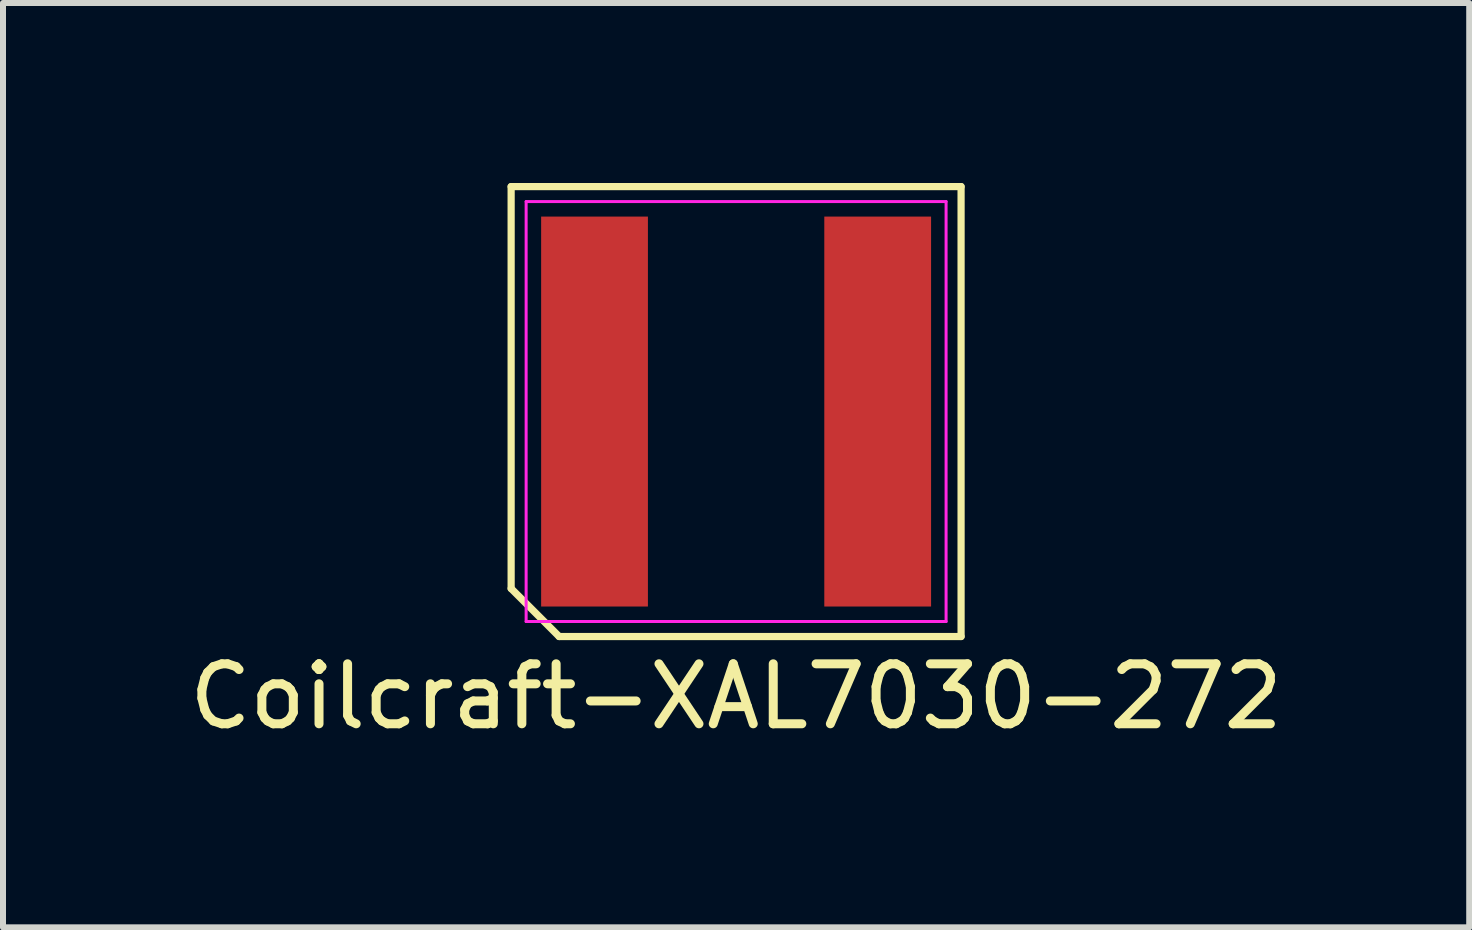
<source format=kicad_pcb>
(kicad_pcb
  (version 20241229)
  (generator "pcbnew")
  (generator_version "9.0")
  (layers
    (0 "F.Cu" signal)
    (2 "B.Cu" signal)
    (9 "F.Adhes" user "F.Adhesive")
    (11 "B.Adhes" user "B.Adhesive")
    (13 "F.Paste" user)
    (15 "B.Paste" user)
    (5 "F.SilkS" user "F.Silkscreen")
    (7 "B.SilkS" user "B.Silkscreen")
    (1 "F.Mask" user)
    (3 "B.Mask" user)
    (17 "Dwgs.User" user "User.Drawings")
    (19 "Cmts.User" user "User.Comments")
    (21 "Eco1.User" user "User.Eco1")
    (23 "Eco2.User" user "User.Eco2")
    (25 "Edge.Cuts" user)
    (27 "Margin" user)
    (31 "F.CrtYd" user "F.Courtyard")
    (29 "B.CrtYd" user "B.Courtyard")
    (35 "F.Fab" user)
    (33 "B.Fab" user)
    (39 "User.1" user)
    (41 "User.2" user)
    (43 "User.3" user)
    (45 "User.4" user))
  (footprint "Coilcraft-XAL7030-272"
    (layer "F.Cu")
    (at 9.22 3.81)
    (property "Reference" "Coilcraft-XAL7030-272" (at 0 4.75 0) (layer "F.SilkS") (effects (font (size 1 1) (thickness 0.15))))
    (attr smd)
    (fp_line (start -3.75 -3.75) (end 3.75 -3.75) (stroke (width 0.12) (type solid)) (layer "F.SilkS"))
    (fp_line (start -3.75 2.95) (end -3.75 -3.75) (stroke (width 0.12) (type solid)) (layer "F.SilkS"))
    (fp_line (start -2.95 3.75) (end -3.75 2.95) (stroke (width 0.12) (type solid)) (layer "F.SilkS"))
    (fp_line (start 3.75 -3.75) (end 3.75 3.75) (stroke (width 0.12) (type solid)) (layer "F.SilkS"))
    (fp_line (start 3.75 3.75) (end -2.95 3.75) (stroke (width 0.12) (type solid)) (layer "F.SilkS"))
    (fp_line (start -3.5 -3.5) (end 3.5 -3.5) (stroke (width 0.05) (type solid)) (layer "F.CrtYd"))
    (fp_line (start -3.5 3.5) (end -3.5 -3.5) (stroke (width 0.05) (type solid)) (layer "F.CrtYd"))
    (fp_line (start 3.5 -3.5) (end 3.5 3.5) (stroke (width 0.05) (type solid)) (layer "F.CrtYd"))
    (fp_line (start 3.5 3.5) (end -3.5 3.5) (stroke (width 0.05) (type solid)) (layer "F.CrtYd"))
    (pad "1" smd rect (at -2.36 0) (size 1.78 6.5) (layers "F.Cu" "F.Mask" "F.Paste"))
    (pad "2" smd rect (at 2.36 0) (size 1.78 6.5) (layers "F.Cu" "F.Mask" "F.Paste")))
  (gr_rect
    (start -3 -3)
    (end 21.44 12.408)
    (stroke (width 0.1) (type default))
    (fill no)
    (layer "Edge.Cuts")))
</source>
